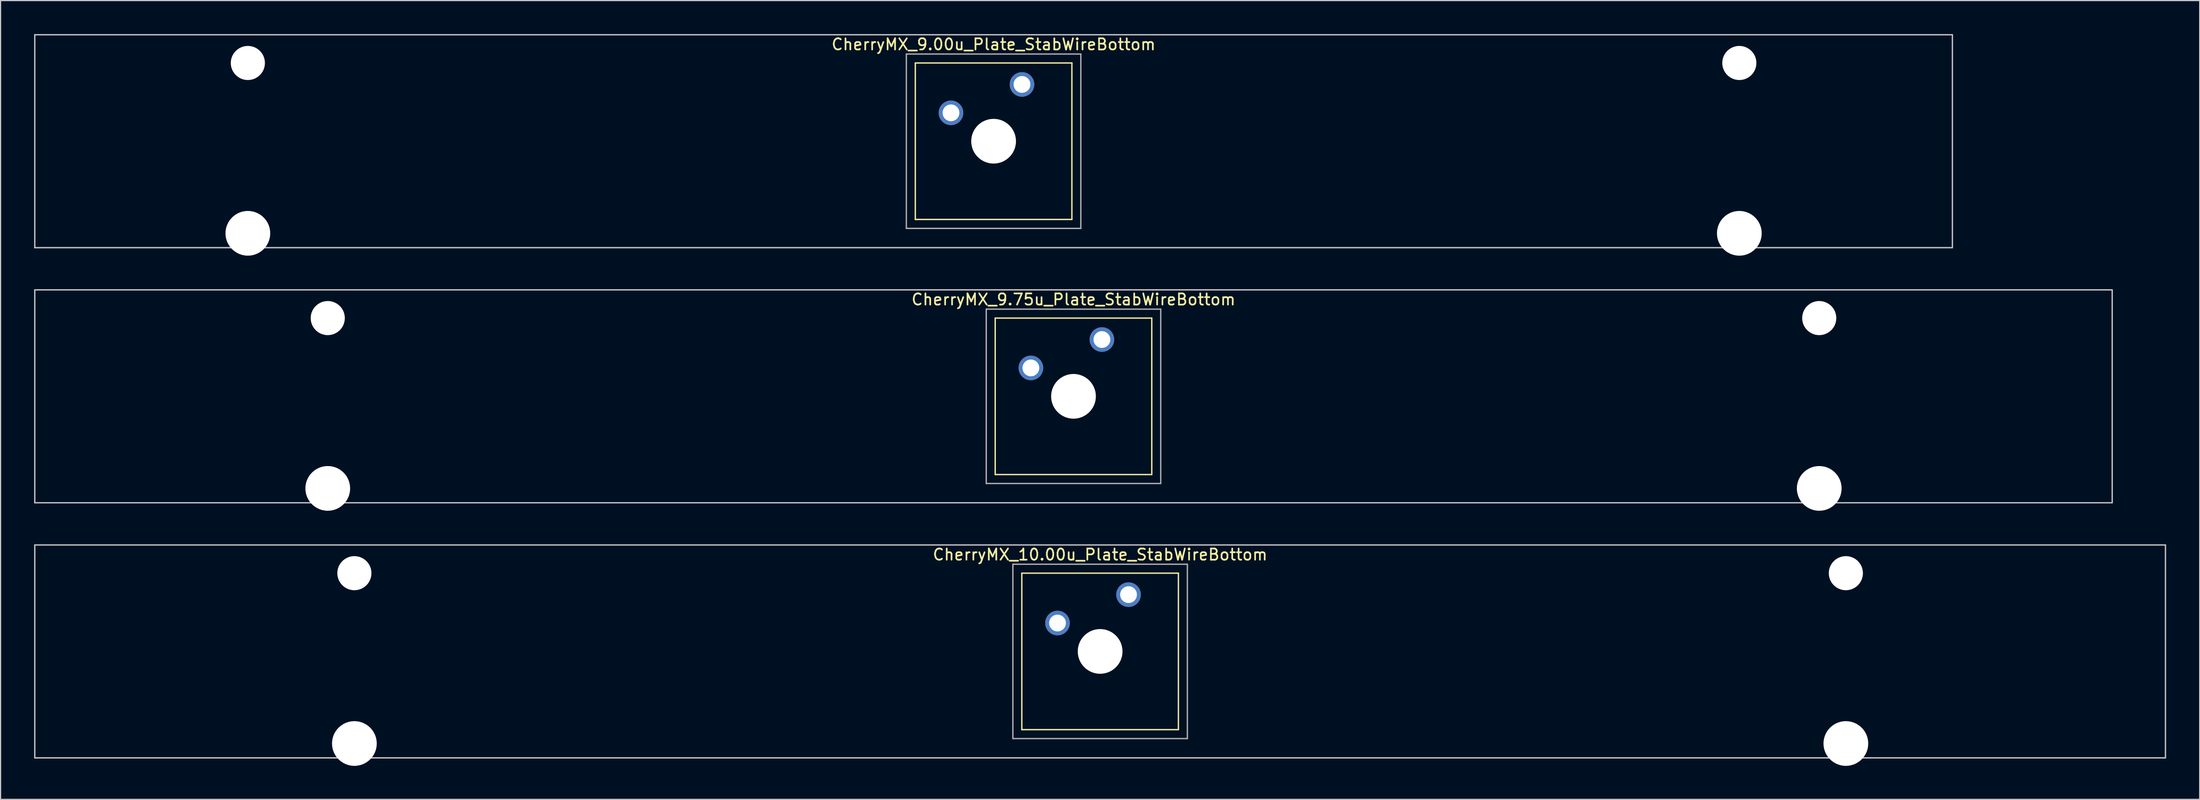
<source format=kicad_pcb>
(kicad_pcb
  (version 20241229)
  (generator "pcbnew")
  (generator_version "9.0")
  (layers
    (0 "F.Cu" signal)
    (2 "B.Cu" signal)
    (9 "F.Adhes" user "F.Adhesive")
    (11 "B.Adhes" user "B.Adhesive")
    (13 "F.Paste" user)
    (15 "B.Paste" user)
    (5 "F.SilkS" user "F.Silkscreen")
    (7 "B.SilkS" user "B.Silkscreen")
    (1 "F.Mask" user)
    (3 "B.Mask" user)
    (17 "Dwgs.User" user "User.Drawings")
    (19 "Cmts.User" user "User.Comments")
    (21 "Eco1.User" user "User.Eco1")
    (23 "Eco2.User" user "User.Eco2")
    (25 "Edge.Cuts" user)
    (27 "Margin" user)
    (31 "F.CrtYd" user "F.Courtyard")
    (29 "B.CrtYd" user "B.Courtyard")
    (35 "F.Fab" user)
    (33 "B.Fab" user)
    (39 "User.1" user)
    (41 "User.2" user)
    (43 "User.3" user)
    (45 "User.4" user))
  (footprint "CherryMX_9.75u_Plate_StabWireBottom"
    (layer "F.Cu")
    (at 92.929 32.41)
    (property "Reference" "CherryMX_9.75u_Plate_StabWireBottom" (at 0 -8.662 0) (layer "F.SilkS") (effects (font (size 1 1) (thickness 0.15))))
    (attr through_hole)
    (fp_line (start -7 -7) (end -7 7) (stroke (width 0.12) (type solid)) (layer "F.SilkS"))
    (fp_line (start -7 -7) (end 7 -7) (stroke (width 0.12) (type solid)) (layer "F.SilkS"))
    (fp_line (start 7 -7) (end 7 7) (stroke (width 0.12) (type solid)) (layer "F.SilkS"))
    (fp_line (start 7 7) (end -7 7) (stroke (width 0.12) (type solid)) (layer "F.SilkS"))
    (fp_line (start -92.869 -9.525) (end 92.869 -9.525) (stroke (width 0.12) (type solid)) (layer "Dwgs.User"))
    (fp_line (start -92.869 9.525) (end -92.869 -9.525) (stroke (width 0.12) (type solid)) (layer "Dwgs.User"))
    (fp_line (start 92.869 -9.525) (end 92.869 9.525) (stroke (width 0.12) (type solid)) (layer "Dwgs.User"))
    (fp_line (start 92.869 9.525) (end -92.869 9.525) (stroke (width 0.12) (type solid)) (layer "Dwgs.User"))
    (fp_line (start -7.8 -7.8) (end -7.8 7.8) (stroke (width 0.12) (type solid)) (layer "F.Fab"))
    (fp_line (start -7.8 -7.8) (end 7.8 -7.8) (stroke (width 0.12) (type solid)) (layer "F.Fab"))
    (fp_line (start -7.8 7.8) (end 7.8 7.8) (stroke (width 0.12) (type solid)) (layer "F.Fab"))
    (fp_line (start 7.8 -7.8) (end 7.8 7.8) (stroke (width 0.12) (type solid)) (layer "F.Fab"))
    (pad "" np_thru_hole circle (at -66.675 -7) (size 3.05 3.05) (drill 3.05) (layers "*.Cu" "*.Mask"))
    (pad "" np_thru_hole circle (at -66.675 8.24) (size 4 4) (drill 4) (layers "*.Cu" "*.Mask"))
    (pad "" np_thru_hole circle (at 0 0) (size 4 4) (drill 4) (layers "*.Cu" "*.Mask"))
    (pad "" np_thru_hole circle (at 66.675 -7) (size 3.05 3.05) (drill 3.05) (layers "*.Cu" "*.Mask"))
    (pad "" np_thru_hole circle (at 66.675 8.24) (size 4 4) (drill 4) (layers "*.Cu" "*.Mask"))
    (pad "1" thru_hole circle (at -3.81 -2.54) (size 2.2 2.2) (drill 1.5) (layers "*.Cu" "*.Mask"))
    (pad "2" thru_hole circle (at 2.54 -5.08) (size 2.2 2.2) (drill 1.5) (layers "*.Cu" "*.Mask")))
  (footprint "CherryMX_9.00u_Plate_StabWireBottom"
    (layer "F.Cu")
    (at 85.785 9.585)
    (property "Reference" "CherryMX_9.00u_Plate_StabWireBottom" (at 0 -8.662 0) (layer "F.SilkS") (effects (font (size 1 1) (thickness 0.15))))
    (attr through_hole)
    (fp_line (start -7 -7) (end -7 7) (stroke (width 0.12) (type solid)) (layer "F.SilkS"))
    (fp_line (start -7 -7) (end 7 -7) (stroke (width 0.12) (type solid)) (layer "F.SilkS"))
    (fp_line (start 7 -7) (end 7 7) (stroke (width 0.12) (type solid)) (layer "F.SilkS"))
    (fp_line (start 7 7) (end -7 7) (stroke (width 0.12) (type solid)) (layer "F.SilkS"))
    (fp_line (start -85.725 -9.525) (end 85.725 -9.525) (stroke (width 0.12) (type solid)) (layer "Dwgs.User"))
    (fp_line (start -85.725 9.525) (end -85.725 -9.525) (stroke (width 0.12) (type solid)) (layer "Dwgs.User"))
    (fp_line (start 85.725 -9.525) (end 85.725 9.525) (stroke (width 0.12) (type solid)) (layer "Dwgs.User"))
    (fp_line (start 85.725 9.525) (end -85.725 9.525) (stroke (width 0.12) (type solid)) (layer "Dwgs.User"))
    (fp_line (start -7.8 -7.8) (end -7.8 7.8) (stroke (width 0.12) (type solid)) (layer "F.Fab"))
    (fp_line (start -7.8 -7.8) (end 7.8 -7.8) (stroke (width 0.12) (type solid)) (layer "F.Fab"))
    (fp_line (start -7.8 7.8) (end 7.8 7.8) (stroke (width 0.12) (type solid)) (layer "F.Fab"))
    (fp_line (start 7.8 -7.8) (end 7.8 7.8) (stroke (width 0.12) (type solid)) (layer "F.Fab"))
    (pad "" np_thru_hole circle (at -66.675 -7) (size 3.05 3.05) (drill 3.05) (layers "*.Cu" "*.Mask"))
    (pad "" np_thru_hole circle (at -66.675 8.24) (size 4 4) (drill 4) (layers "*.Cu" "*.Mask"))
    (pad "" np_thru_hole circle (at 0 0) (size 4 4) (drill 4) (layers "*.Cu" "*.Mask"))
    (pad "" np_thru_hole circle (at 66.675 -7) (size 3.05 3.05) (drill 3.05) (layers "*.Cu" "*.Mask"))
    (pad "" np_thru_hole circle (at 66.675 8.24) (size 4 4) (drill 4) (layers "*.Cu" "*.Mask"))
    (pad "1" thru_hole circle (at -3.81 -2.54) (size 2.2 2.2) (drill 1.5) (layers "*.Cu" "*.Mask"))
    (pad "2" thru_hole circle (at 2.54 -5.08) (size 2.2 2.2) (drill 1.5) (layers "*.Cu" "*.Mask")))
  (footprint "CherryMX_10.00u_Plate_StabWireBottom"
    (layer "F.Cu")
    (at 95.31 55.235)
    (property "Reference" "CherryMX_10.00u_Plate_StabWireBottom" (at 0 -8.662 0) (layer "F.SilkS") (effects (font (size 1 1) (thickness 0.15))))
    (attr through_hole)
    (fp_line (start -7 -7) (end -7 7) (stroke (width 0.12) (type solid)) (layer "F.SilkS"))
    (fp_line (start -7 -7) (end 7 -7) (stroke (width 0.12) (type solid)) (layer "F.SilkS"))
    (fp_line (start 7 -7) (end 7 7) (stroke (width 0.12) (type solid)) (layer "F.SilkS"))
    (fp_line (start 7 7) (end -7 7) (stroke (width 0.12) (type solid)) (layer "F.SilkS"))
    (fp_line (start -95.25 -9.525) (end 95.25 -9.525) (stroke (width 0.12) (type solid)) (layer "Dwgs.User"))
    (fp_line (start -95.25 9.525) (end -95.25 -9.525) (stroke (width 0.12) (type solid)) (layer "Dwgs.User"))
    (fp_line (start 95.25 -9.525) (end 95.25 9.525) (stroke (width 0.12) (type solid)) (layer "Dwgs.User"))
    (fp_line (start 95.25 9.525) (end -95.25 9.525) (stroke (width 0.12) (type solid)) (layer "Dwgs.User"))
    (fp_line (start -7.8 -7.8) (end -7.8 7.8) (stroke (width 0.12) (type solid)) (layer "F.Fab"))
    (fp_line (start -7.8 -7.8) (end 7.8 -7.8) (stroke (width 0.12) (type solid)) (layer "F.Fab"))
    (fp_line (start -7.8 7.8) (end 7.8 7.8) (stroke (width 0.12) (type solid)) (layer "F.Fab"))
    (fp_line (start 7.8 -7.8) (end 7.8 7.8) (stroke (width 0.12) (type solid)) (layer "F.Fab"))
    (pad "" np_thru_hole circle (at -66.675 -7) (size 3.05 3.05) (drill 3.05) (layers "*.Cu" "*.Mask"))
    (pad "" np_thru_hole circle (at -66.675 8.24) (size 4 4) (drill 4) (layers "*.Cu" "*.Mask"))
    (pad "" np_thru_hole circle (at 0 0) (size 4 4) (drill 4) (layers "*.Cu" "*.Mask"))
    (pad "" np_thru_hole circle (at 66.675 -7) (size 3.05 3.05) (drill 3.05) (layers "*.Cu" "*.Mask"))
    (pad "" np_thru_hole circle (at 66.675 8.24) (size 4 4) (drill 4) (layers "*.Cu" "*.Mask"))
    (pad "1" thru_hole circle (at -3.81 -2.54) (size 2.2 2.2) (drill 1.5) (layers "*.Cu" "*.Mask"))
    (pad "2" thru_hole circle (at 2.54 -5.08) (size 2.2 2.2) (drill 1.5) (layers "*.Cu" "*.Mask")))
  (gr_rect
    (start -3 -3)
    (end 193.62 68.475)
    (stroke (width 0.1) (type default))
    (fill no)
    (layer "Edge.Cuts")))
</source>
